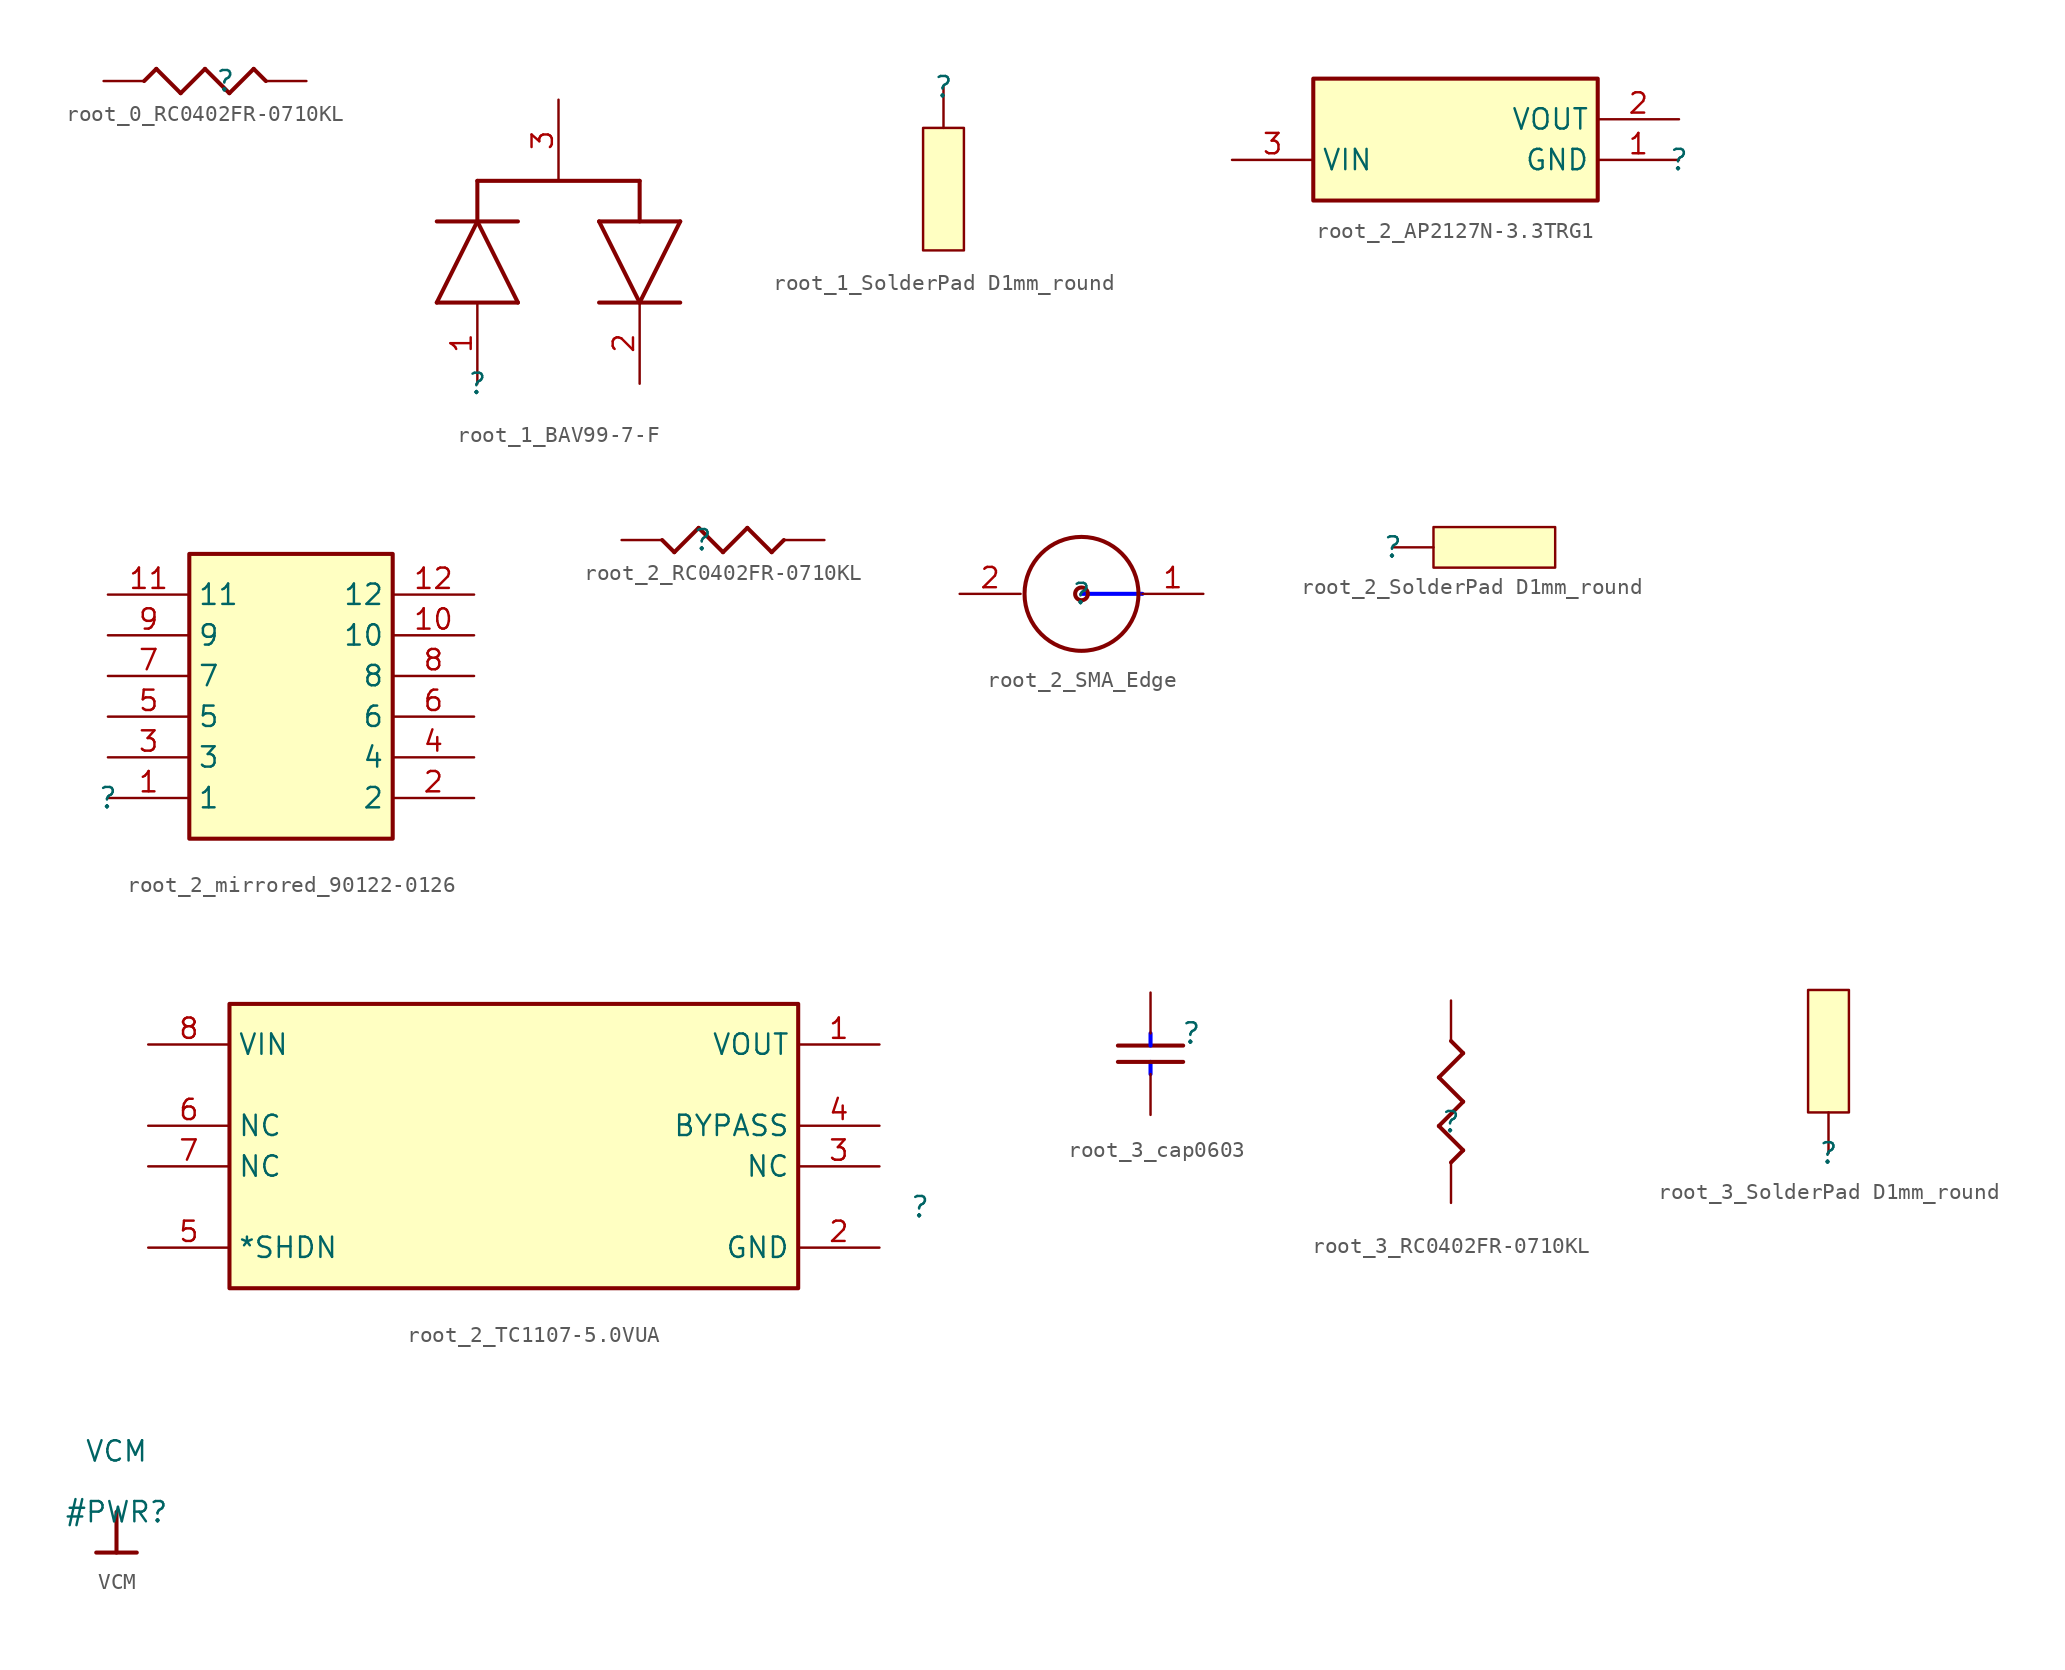
<source format=kicad_sym>
(kicad_symbol_lib
  (version 20220914)
  (generator kicad_symbol_editor)
  (symbol "root_0_RC0402FR-0710KL"
    (property "Reference" ""
      (at 0 0 0)
      (effects (font (size 1.27 1.27))))
    (property "Value" ""
      (at 0 0 0)
      (effects (font (size 1.27 1.27))))
    (symbol "root_0_RC0402FR-0710KL_1_0"
      (polyline (pts (xy -5.08 0) (xy -4.318 0.762)) (stroke (width 0.254) (type solid)) (fill (type none)))
      (polyline (pts (xy -4.318 0.762) (xy -2.794 -0.762)) (stroke (width 0.254) (type solid)) (fill (type none)))
      (polyline (pts (xy -2.794 -0.762) (xy -1.27 0.762)) (stroke (width 0.254) (type solid)) (fill (type none)))
      (polyline (pts (xy -1.27 0.762) (xy 0.254 -0.762)) (stroke (width 0.254) (type solid)) (fill (type none)))
      (polyline (pts (xy 0.254 -0.762) (xy 1.778 0.762)) (stroke (width 0.254) (type solid)) (fill (type none)))
      (polyline (pts (xy 1.778 0.762) (xy 2.54 0)) (stroke (width 0.254) (type solid)) (fill (type none)))
      (pin passive line (at -7.62 0 0) (length 2.54) (name "1" (effects (font (size 0 0)))) (number "1" (effects (font (size 0 0)))))
      (pin passive line (at 5.08 0 180) (length 2.54) (name "2" (effects (font (size 0 0)))) (number "2" (effects (font (size 0 0)))))))
  (symbol "root_1_BAV99-7-F"
    (property "Reference" ""
      (at 0 0 0)
      (effects (font (size 1.27 1.27))))
    (property "Value" ""
      (at 0 0 0)
      (effects (font (size 1.27 1.27))))
    (symbol "root_1_BAV99-7-F_1_0"
      (polyline (pts (xy -2.54 5.08) (xy 0 10.16)) (stroke (width 0.254) (type solid)) (fill (type none)))
      (polyline (pts (xy -2.54 5.08) (xy 2.54 5.08)) (stroke (width 0.254) (type solid)) (fill (type none)))
      (polyline (pts (xy -2.54 10.16) (xy 2.54 10.16)) (stroke (width 0.254) (type solid)) (fill (type none)))
      (polyline (pts (xy 0 10.16) (xy 0 12.7)) (stroke (width 0.254) (type solid)) (fill (type none)))
      (polyline (pts (xy 0 10.16) (xy 2.54 5.08)) (stroke (width 0.254) (type solid)) (fill (type none)))
      (polyline (pts (xy 7.62 5.08) (xy 12.7 5.08)) (stroke (width 0.254) (type solid)) (fill (type none)))
      (polyline (pts (xy 7.62 10.16) (xy 10.16 5.08)) (stroke (width 0.254) (type solid)) (fill (type none)))
      (polyline (pts (xy 7.62 10.16) (xy 12.7 10.16)) (stroke (width 0.254) (type solid)) (fill (type none)))
      (polyline (pts (xy 10.16 5.08) (xy 12.7 10.16)) (stroke (width 0.254) (type solid)) (fill (type none)))
      (polyline (pts (xy 10.16 12.7) (xy 0 12.7)) (stroke (width 0.254) (type solid)) (fill (type none)))
      (polyline (pts (xy 10.16 12.7) (xy 10.16 10.16)) (stroke (width 0.254) (type solid)) (fill (type none)))
      (pin passive line (at 0 0 90) (length 5.08) (name "ANODE" (effects (font (size 0 0)))) (number "1" (effects (font (size 1.27 1.27)))))
      (pin passive line (at 10.16 0 90) (length 5.08) (name "CATHODE" (effects (font (size 0 0)))) (number "2" (effects (font (size 1.27 1.27)))))
      (pin passive line (at 5.08 17.78 270) (length 5.08) (name "A/K" (effects (font (size 0 0)))) (number "3" (effects (font (size 1.27 1.27)))))))
  (symbol "root_1_SolderPad D1mm_round"
    (property "Reference" ""
      (at 0 0 0)
      (effects (font (size 1.27 1.27))))
    (property "Value" ""
      (at 0 0 0)
      (effects (font (size 1.27 1.27))))
    (symbol "root_1_SolderPad D1mm_round_1_0"
      (rectangle (start 1.27 -2.54) (end -1.27 -10.16) (stroke (width 0) (type solid)) (fill (type background)))
      (pin passive line (at 0 0 270) (length 2.54) (name "1" (effects (font (size 0 0)))) (number "1" (effects (font (size 0 0)))))))
  (symbol "root_2_AP2127N-3.3TRG1"
    (property "Reference" ""
      (at 0 0 0)
      (effects (font (size 1.27 1.27))))
    (property "Value" ""
      (at 0 0 0)
      (effects (font (size 1.27 1.27))))
    (symbol "root_2_AP2127N-3.3TRG1_1_0"
      (rectangle (start -5.08 5.08) (end -22.86 -2.54) (stroke (width 0.254) (type solid)) (fill (type background)))
      (pin power_in line (at 0 0 180) (length 5.08) (name "GND" (effects (font (size 1.27 1.27)))) (number "1" (effects (font (size 1.27 1.27)))))
      (pin output line (at 0 2.54 180) (length 5.08) (name "VOUT" (effects (font (size 1.27 1.27)))) (number "2" (effects (font (size 1.27 1.27)))))
      (pin input line (at -27.94 0 0) (length 5.08) (name "VIN" (effects (font (size 1.27 1.27)))) (number "3" (effects (font (size 1.27 1.27)))))))
  (symbol "root_2_mirrored_90122-0126"
    (property "Reference" ""
      (at 0 0 0)
      (effects (font (size 1.27 1.27))))
    (property "Value" ""
      (at 0 0 0)
      (effects (font (size 1.27 1.27))))
    (symbol "root_2_mirrored_90122-0126_1_0"
      (rectangle (start 17.78 15.24) (end 5.08 -2.54) (stroke (width 0.254) (type solid)) (fill (type background)))
      (pin passive line (at 0 0 0) (length 5.08) (name "1" (effects (font (size 1.27 1.27)))) (number "1" (effects (font (size 1.27 1.27)))))
      (pin passive line (at 22.86 10.16 180) (length 5.08) (name "10" (effects (font (size 1.27 1.27)))) (number "10" (effects (font (size 1.27 1.27)))))
      (pin passive line (at 0 12.7 0) (length 5.08) (name "11" (effects (font (size 1.27 1.27)))) (number "11" (effects (font (size 1.27 1.27)))))
      (pin passive line (at 22.86 12.7 180) (length 5.08) (name "12" (effects (font (size 1.27 1.27)))) (number "12" (effects (font (size 1.27 1.27)))))
      (pin passive line (at 22.86 0 180) (length 5.08) (name "2" (effects (font (size 1.27 1.27)))) (number "2" (effects (font (size 1.27 1.27)))))
      (pin passive line (at 0 2.54 0) (length 5.08) (name "3" (effects (font (size 1.27 1.27)))) (number "3" (effects (font (size 1.27 1.27)))))
      (pin passive line (at 22.86 2.54 180) (length 5.08) (name "4" (effects (font (size 1.27 1.27)))) (number "4" (effects (font (size 1.27 1.27)))))
      (pin passive line (at 0 5.08 0) (length 5.08) (name "5" (effects (font (size 1.27 1.27)))) (number "5" (effects (font (size 1.27 1.27)))))
      (pin passive line (at 22.86 5.08 180) (length 5.08) (name "6" (effects (font (size 1.27 1.27)))) (number "6" (effects (font (size 1.27 1.27)))))
      (pin passive line (at 0 7.62 0) (length 5.08) (name "7" (effects (font (size 1.27 1.27)))) (number "7" (effects (font (size 1.27 1.27)))))
      (pin passive line (at 22.86 7.62 180) (length 5.08) (name "8" (effects (font (size 1.27 1.27)))) (number "8" (effects (font (size 1.27 1.27)))))
      (pin passive line (at 0 10.16 0) (length 5.08) (name "9" (effects (font (size 1.27 1.27)))) (number "9" (effects (font (size 1.27 1.27)))))))
  (symbol "root_2_RC0402FR-0710KL"
    (property "Reference" ""
      (at 0 0 0)
      (effects (font (size 1.27 1.27))))
    (property "Value" ""
      (at 0 0 0)
      (effects (font (size 1.27 1.27))))
    (symbol "root_2_RC0402FR-0710KL_1_0"
      (polyline (pts (xy -1.778 -0.762) (xy -2.54 0)) (stroke (width 0.254) (type solid)) (fill (type none)))
      (polyline (pts (xy -0.254 0.762) (xy -1.778 -0.762)) (stroke (width 0.254) (type solid)) (fill (type none)))
      (polyline (pts (xy 1.27 -0.762) (xy -0.254 0.762)) (stroke (width 0.254) (type solid)) (fill (type none)))
      (polyline (pts (xy 2.794 0.762) (xy 1.27 -0.762)) (stroke (width 0.254) (type solid)) (fill (type none)))
      (polyline (pts (xy 4.318 -0.762) (xy 2.794 0.762)) (stroke (width 0.254) (type solid)) (fill (type none)))
      (polyline (pts (xy 5.08 0) (xy 4.318 -0.762)) (stroke (width 0.254) (type solid)) (fill (type none)))
      (pin passive line (at 7.62 0 180) (length 2.54) (name "1" (effects (font (size 0 0)))) (number "1" (effects (font (size 0 0)))))
      (pin passive line (at -5.08 0 0) (length 2.54) (name "2" (effects (font (size 0 0)))) (number "2" (effects (font (size 0 0)))))))
  (symbol "root_2_SMA_Edge"
    (property "Reference" ""
      (at 0 0 0)
      (effects (font (size 1.27 1.27))))
    (property "Value" ""
      (at 0 0 0)
      (effects (font (size 1.27 1.27))))
    (symbol "root_2_SMA_Edge_1_0"
      (polyline (pts (xy 0 0) (xy 3.81 0)) (stroke (width 0.254) (type solid) (color 0 0 255 1)) (fill (type none)))
      (circle (center 0 0) (radius 0.399) (stroke (width 0.254) (type solid)) (fill (type none)))
      (circle (center 0 0) (radius 3.563) (stroke (width 0.254) (type solid)) (fill (type none)))
      (pin passive line (at 7.62 0 180) (length 3.81) (name "1" (effects (font (size 0 0)))) (number "1" (effects (font (size 1.27 1.27)))))
      (pin passive line (at -7.62 0 0) (length 3.81) (name "2" (effects (font (size 0 0)))) (number "2" (effects (font (size 1.27 1.27)))))))
  (symbol "root_2_SolderPad D1mm_round"
    (property "Reference" ""
      (at 0 0 0)
      (effects (font (size 1.27 1.27))))
    (property "Value" ""
      (at 0 0 0)
      (effects (font (size 1.27 1.27))))
    (symbol "root_2_SolderPad D1mm_round_1_0"
      (rectangle (start 10.16 1.27) (end 2.54 -1.27) (stroke (width 0) (type solid)) (fill (type background)))
      (pin passive line (at 0 0 0) (length 2.54) (name "1" (effects (font (size 0 0)))) (number "1" (effects (font (size 0 0)))))))
  (symbol "root_2_TC1107-5.0VUA"
    (property "Reference" ""
      (at 0 0 0)
      (effects (font (size 1.27 1.27))))
    (property "Value" ""
      (at 0 0 0)
      (effects (font (size 1.27 1.27))))
    (symbol "root_2_TC1107-5.0VUA_1_0"
      (rectangle (start -7.62 12.7) (end -43.18 -5.08) (stroke (width 0.254) (type solid)) (fill (type background)))
      (pin passive line (at -2.54 10.16 180) (length 5.08) (name "VOUT" (effects (font (size 1.27 1.27)))) (number "1" (effects (font (size 1.27 1.27)))))
      (pin passive line (at -2.54 -2.54 180) (length 5.08) (name "GND" (effects (font (size 1.27 1.27)))) (number "2" (effects (font (size 1.27 1.27)))))
      (pin passive line (at -2.54 2.54 180) (length 5.08) (name "NC" (effects (font (size 1.27 1.27)))) (number "3" (effects (font (size 1.27 1.27)))))
      (pin passive line (at -2.54 5.08 180) (length 5.08) (name "BYPASS" (effects (font (size 1.27 1.27)))) (number "4" (effects (font (size 1.27 1.27)))))
      (pin passive line (at -48.26 -2.54 0) (length 5.08) (name "*SHDN" (effects (font (size 1.27 1.27)))) (number "5" (effects (font (size 1.27 1.27)))))
      (pin passive line (at -48.26 5.08 0) (length 5.08) (name "NC" (effects (font (size 1.27 1.27)))) (number "6" (effects (font (size 1.27 1.27)))))
      (pin passive line (at -48.26 2.54 0) (length 5.08) (name "NC" (effects (font (size 1.27 1.27)))) (number "7" (effects (font (size 1.27 1.27)))))
      (pin passive line (at -48.26 10.16 0) (length 5.08) (name "VIN" (effects (font (size 1.27 1.27)))) (number "8" (effects (font (size 1.27 1.27)))))))
  (symbol "root_3_cap0603"
    (property "Reference" ""
      (at 0 0 0)
      (effects (font (size 1.27 1.27))))
    (property "Value" ""
      (at 0 0 0)
      (effects (font (size 1.27 1.27))))
    (symbol "root_3_cap0603_1_0"
      (polyline (pts (xy -4.572 -0.762) (xy -0.508 -0.762)) (stroke (width 0.254) (type solid)) (fill (type none)))
      (polyline (pts (xy -2.54 -2.54) (xy -2.54 -1.778)) (stroke (width 0.254) (type solid) (color 0 0 255 1)) (fill (type none)))
      (polyline (pts (xy -2.54 0) (xy -2.54 -0.762)) (stroke (width 0.254) (type solid) (color 0 0 255 1)) (fill (type none)))
      (polyline (pts (xy -0.508 -1.778) (xy -4.572 -1.778)) (stroke (width 0.254) (type solid)) (fill (type none)))
      (pin passive line (at -2.54 2.54 270) (length 2.54) (name "1" (effects (font (size 0 0)))) (number "1" (effects (font (size 0 0)))))
      (pin passive line (at -2.54 -5.08 90) (length 2.54) (name "2" (effects (font (size 0 0)))) (number "2" (effects (font (size 0 0)))))))
  (symbol "root_3_RC0402FR-0710KL"
    (property "Reference" ""
      (at 0 0 0)
      (effects (font (size 1.27 1.27))))
    (property "Value" ""
      (at 0 0 0)
      (effects (font (size 1.27 1.27))))
    (symbol "root_3_RC0402FR-0710KL_1_0"
      (polyline (pts (xy -0.762 -0.254) (xy 0.762 -1.778)) (stroke (width 0.254) (type solid)) (fill (type none)))
      (polyline (pts (xy -0.762 2.794) (xy 0.762 1.27)) (stroke (width 0.254) (type solid)) (fill (type none)))
      (polyline (pts (xy 0 5.08) (xy 0.762 4.318)) (stroke (width 0.254) (type solid)) (fill (type none)))
      (polyline (pts (xy 0.762 -1.778) (xy 0 -2.54)) (stroke (width 0.254) (type solid)) (fill (type none)))
      (polyline (pts (xy 0.762 1.27) (xy -0.762 -0.254)) (stroke (width 0.254) (type solid)) (fill (type none)))
      (polyline (pts (xy 0.762 4.318) (xy -0.762 2.794)) (stroke (width 0.254) (type solid)) (fill (type none)))
      (pin passive line (at 0 7.62 270) (length 2.54) (name "1" (effects (font (size 0 0)))) (number "1" (effects (font (size 0 0)))))
      (pin passive line (at 0 -5.08 90) (length 2.54) (name "2" (effects (font (size 0 0)))) (number "2" (effects (font (size 0 0)))))))
  (symbol "root_3_SolderPad D1mm_round"
    (property "Reference" ""
      (at 0 0 0)
      (effects (font (size 1.27 1.27))))
    (property "Value" ""
      (at 0 0 0)
      (effects (font (size 1.27 1.27))))
    (symbol "root_3_SolderPad D1mm_round_1_0"
      (rectangle (start 1.27 10.16) (end -1.27 2.54) (stroke (width 0) (type solid)) (fill (type background)))
      (pin passive line (at 0 0 90) (length 2.54) (name "1" (effects (font (size 0 0)))) (number "1" (effects (font (size 0 0)))))))
  (symbol "VCM"
    (power)
    (property "Reference" "#PWR"
      (at 0 0 0)
      (effects (font (size 1.27 1.27))))
    (property "Value" "VCM"
      (at 0 3.81 0)
      (effects (font (size 1.27 1.27))))
    (symbol "VCM_0_0"
      (polyline (pts (xy -1.27 -2.54) (xy 1.27 -2.54)) (stroke (width 0.254) (type solid)) (fill (type none)))
      (polyline (pts (xy 0 0) (xy 0 -2.54)) (stroke (width 0.254) (type solid)) (fill (type none)))
      (pin power_in line (at 0 0 0) (length 0) hide (name "VCM" (effects (font (size 1.27 1.27)))) (number "" (effects (font (size 1.27 1.27))))))))
</source>
